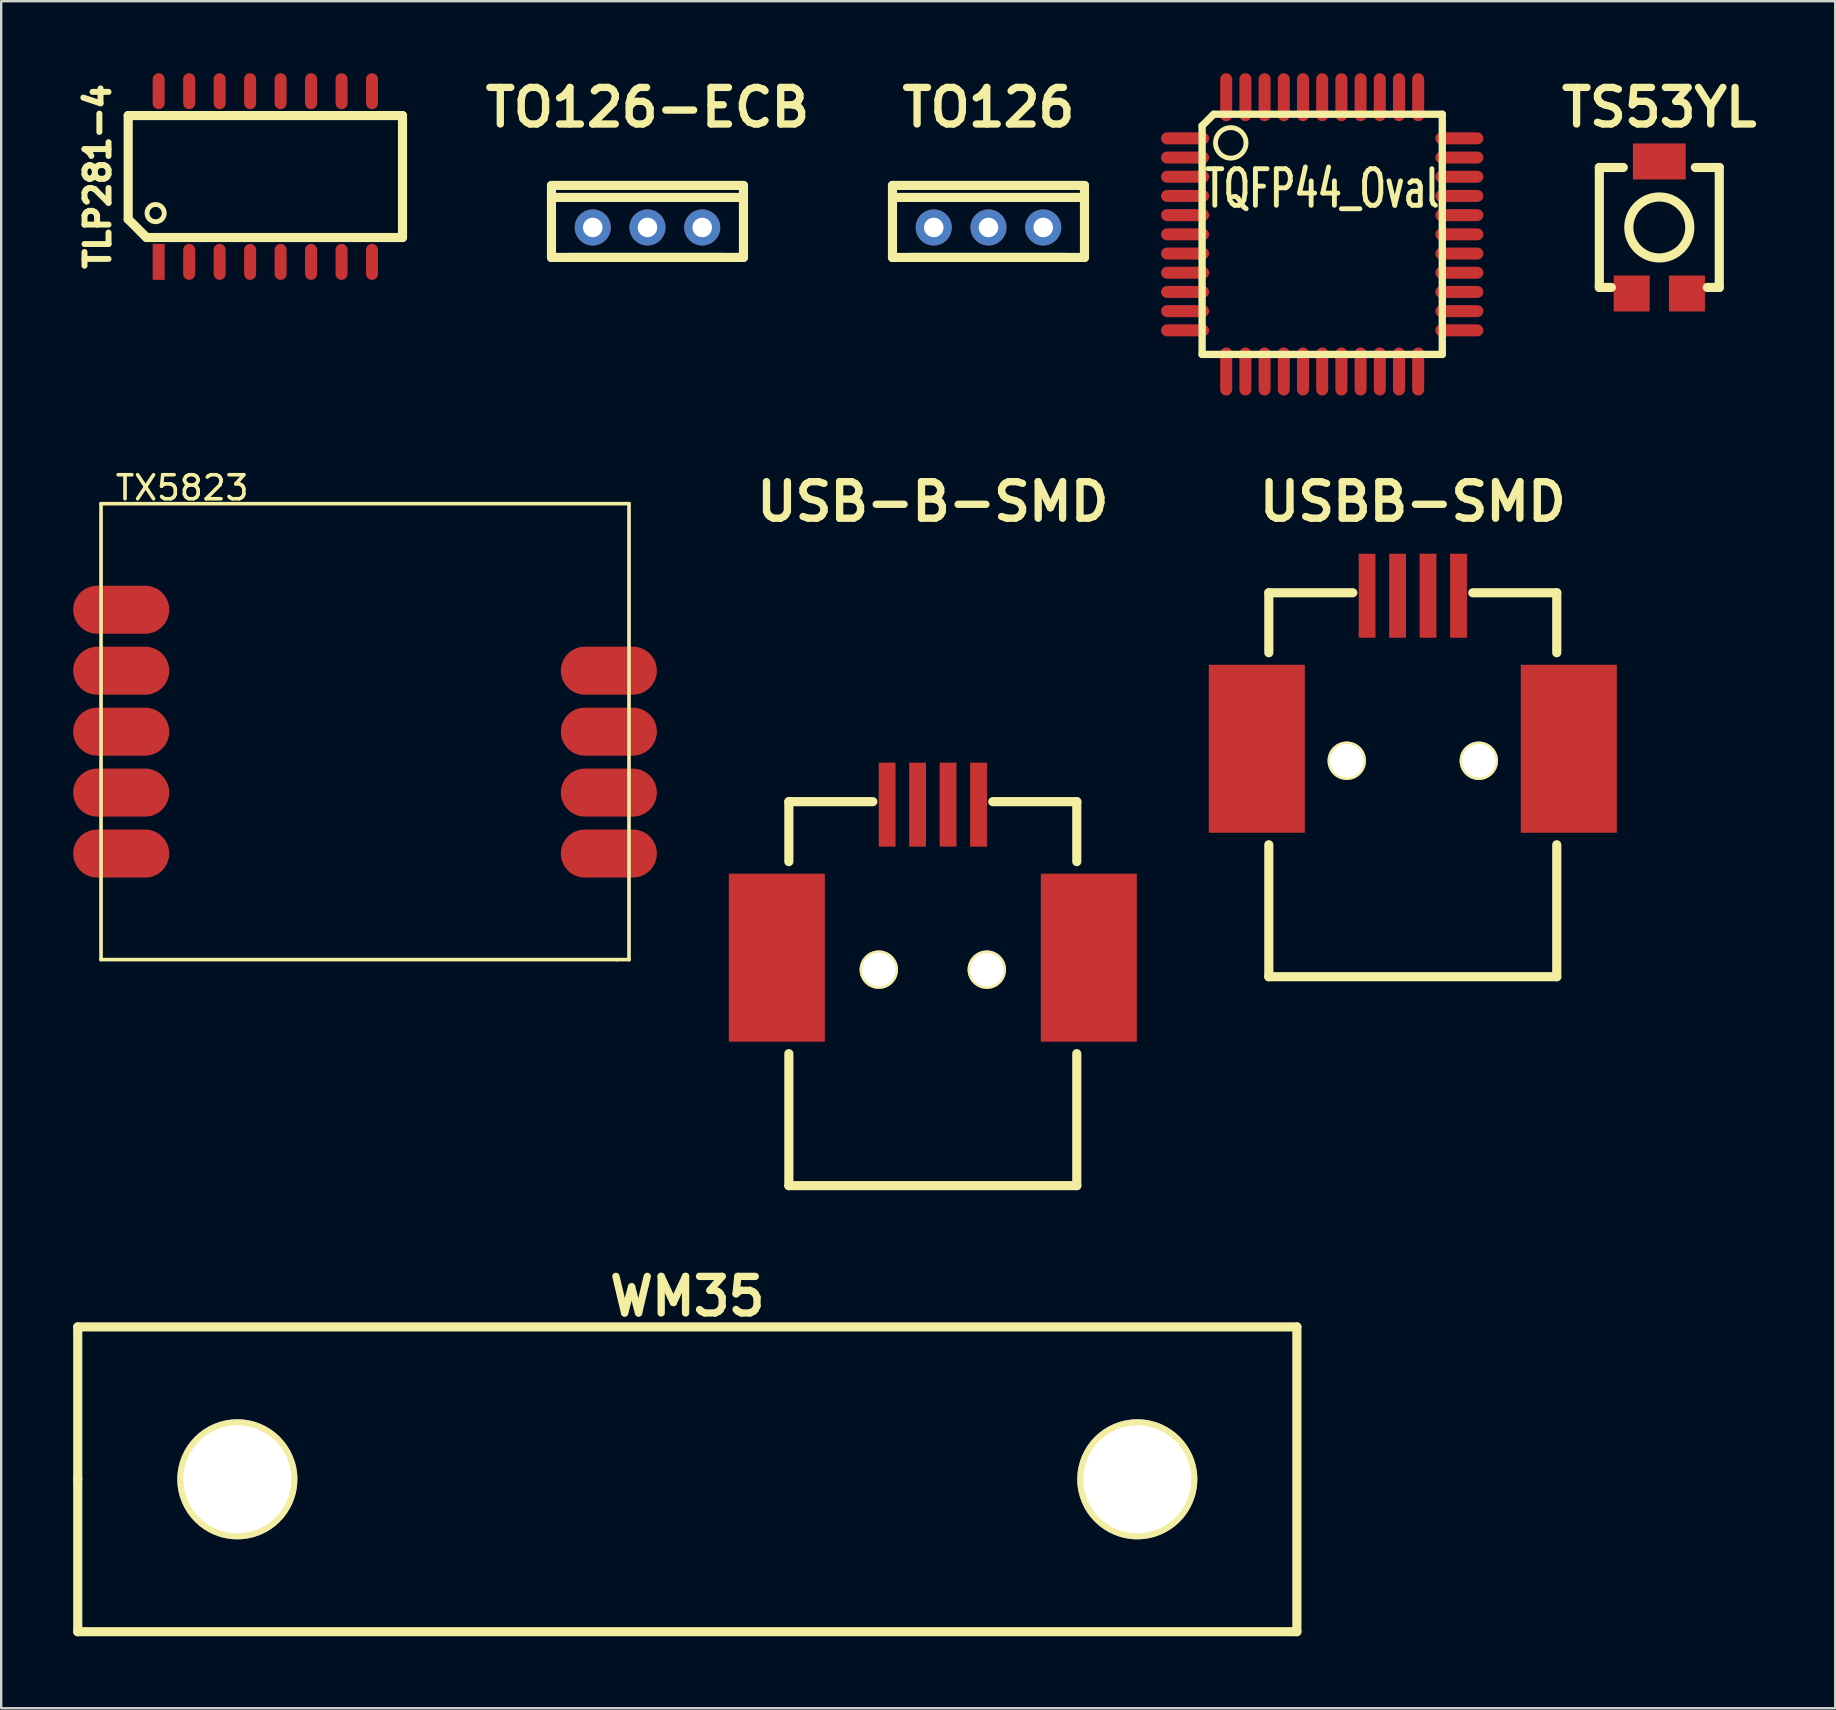
<source format=kicad_pcb>
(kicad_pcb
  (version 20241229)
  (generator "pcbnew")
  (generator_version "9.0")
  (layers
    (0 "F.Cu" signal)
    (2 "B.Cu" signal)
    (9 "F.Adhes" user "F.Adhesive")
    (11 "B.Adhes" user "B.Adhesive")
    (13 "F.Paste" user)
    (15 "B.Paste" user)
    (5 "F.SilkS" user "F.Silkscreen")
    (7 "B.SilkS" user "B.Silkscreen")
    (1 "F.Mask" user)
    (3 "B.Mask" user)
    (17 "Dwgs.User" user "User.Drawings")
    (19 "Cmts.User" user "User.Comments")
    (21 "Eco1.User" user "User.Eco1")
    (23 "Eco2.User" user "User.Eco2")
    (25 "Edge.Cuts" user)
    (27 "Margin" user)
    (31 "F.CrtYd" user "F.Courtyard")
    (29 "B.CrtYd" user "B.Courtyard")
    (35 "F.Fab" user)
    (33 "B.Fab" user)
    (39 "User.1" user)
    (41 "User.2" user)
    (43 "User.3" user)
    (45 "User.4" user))
  (footprint "TO126"
    (layer "F.Cu")
    (at 38.139 6.428)
    (property "Reference" "TO126" (at 0 -5.001 0) (layer "F.SilkS") (effects (font (size 1.524 1.524) (thickness 0.305))))
    (attr through_hole)
    (fp_line (start -4 -1.75) (end -2.751 -1.75) (stroke (width 0.381) (type solid)) (layer "F.SilkS"))
    (fp_line (start -4 1.25) (end -4 -1.75) (stroke (width 0.381) (type solid)) (layer "F.SilkS"))
    (fp_line (start -3.251 1.25) (end 3.251 1.25) (stroke (width 0.381) (type solid)) (layer "F.SilkS"))
    (fp_line (start 4 -1.75) (end -2.751 -1.75) (stroke (width 0.381) (type solid)) (layer "F.SilkS"))
    (fp_line (start 4 -1.75) (end 4 1.25) (stroke (width 0.381) (type solid)) (layer "F.SilkS"))
    (fp_line (start 4 -1.25) (end -4 -1.25) (stroke (width 0.381) (type solid)) (layer "F.SilkS"))
    (fp_line (start 4 1.25) (end -4 1.25) (stroke (width 0.381) (type solid)) (layer "F.SilkS"))
    (pad "1" thru_hole circle (at -2.281 0) (size 1.501 1.501) (drill 0.813) (layers "B.Cu"))
    (pad "2" thru_hole circle (at 0 0) (size 1.501 1.501) (drill 0.813) (layers "B.Cu"))
    (pad "3" thru_hole circle (at 2.281 0) (size 1.501 1.501) (drill 0.813) (layers "B.Cu")))
  (footprint "TX5823"
    (layer "F.Cu")
    (at 12.16 27.437)
    (property "Reference" "TX5823" (at -7.62 -10.16 0) (layer "F.SilkS") (effects (font (size 1 1) (thickness 0.15))))
    (attr through_hole)
    (fp_line (start -11 -9.5) (end -11 9.5) (stroke (width 0.15) (type solid)) (layer "F.SilkS"))
    (fp_line (start -11 9.5) (end 10.5 9.5) (stroke (width 0.15) (type solid)) (layer "F.SilkS"))
    (fp_line (start 10.5 9.5) (end 11 9.5) (stroke (width 0.15) (type solid)) (layer "F.SilkS"))
    (fp_line (start 11 -9.5) (end -11 -9.5) (stroke (width 0.15) (type solid)) (layer "F.SilkS"))
    (fp_line (start 11 9.5) (end 11 -9.5) (stroke (width 0.15) (type solid)) (layer "F.SilkS"))
    (pad "1" smd oval (at -10.16 -5.08) (size 4 2) (layers "F.Cu" "F.Mask" "F.Paste"))
    (pad "2" smd oval (at -10.16 -2.54) (size 4 2) (layers "F.Cu" "F.Mask" "F.Paste"))
    (pad "3" smd oval (at -10.16 0) (size 4 2) (layers "F.Cu" "F.Mask" "F.Paste"))
    (pad "4" smd oval (at -10.16 2.54) (size 4 2) (layers "F.Cu" "F.Mask" "F.Paste"))
    (pad "5" smd oval (at -10.16 5.08) (size 4 2) (layers "F.Cu" "F.Mask" "F.Paste"))
    (pad "6" smd oval (at 10.16 5.08) (size 4 2) (layers "F.Cu" "F.Mask" "F.Paste"))
    (pad "7" smd oval (at 10.16 2.54) (size 4 2) (layers "F.Cu" "F.Mask" "F.Paste"))
    (pad "8" smd oval (at 10.16 0) (size 4 2) (layers "F.Cu" "F.Mask" "F.Paste"))
    (pad "9" smd oval (at 10.16 -2.54) (size 4 2) (layers "F.Cu" "F.Mask" "F.Paste")))
  (footprint "TQFP44_Oval"
    (layer "F.Cu")
    (at 52.045 6.714)
    (property "Reference" "TQFP44_Oval" (at 0 -1.905 0) (layer "F.SilkS") (effects (font (size 1.524 1.016) (thickness 0.203))))
    (attr smd)
    (fp_line (start -5.004 -4.521) (end -5.004 5.004) (stroke (width 0.305) (type solid)) (layer "F.SilkS"))
    (fp_line (start -5.004 -4.521) (end -4.521 -5.004) (stroke (width 0.305) (type solid)) (layer "F.SilkS"))
    (fp_line (start -4.521 -5.004) (end 5.004 -5.004) (stroke (width 0.305) (type solid)) (layer "F.SilkS"))
    (fp_line (start 5.004 -5.004) (end 5.004 5.004) (stroke (width 0.305) (type solid)) (layer "F.SilkS"))
    (fp_line (start 5.004 5.004) (end -5.004 5.004) (stroke (width 0.305) (type solid)) (layer "F.SilkS"))
    (fp_circle (center -3.81 -3.81) (end -3.81 -3.175) (stroke (width 0.203) (type solid)) (fill no) (layer "F.SilkS"))
    (pad "1" smd oval (at -5.715 -4 90) (size 0.5 1.999) (layers "F.Cu" "F.Mask" "F.Paste"))
    (pad "2" smd oval (at -5.715 -3.2 90) (size 0.5 1.999) (layers "F.Cu" "F.Mask" "F.Paste"))
    (pad "3" smd oval (at -5.715 -2.4 90) (size 0.5 1.999) (layers "F.Cu" "F.Mask" "F.Paste"))
    (pad "4" smd oval (at -5.715 -1.6 90) (size 0.5 1.999) (layers "F.Cu" "F.Mask" "F.Paste"))
    (pad "5" smd oval (at -5.715 -0.8 90) (size 0.5 1.999) (layers "F.Cu" "F.Mask" "F.Paste"))
    (pad "6" smd oval (at -5.715 0 90) (size 0.5 1.999) (layers "F.Cu" "F.Mask" "F.Paste"))
    (pad "7" smd oval (at -5.715 0.8 90) (size 0.5 1.999) (layers "F.Cu" "F.Mask" "F.Paste"))
    (pad "8" smd oval (at -5.715 1.6 90) (size 0.5 1.999) (layers "F.Cu" "F.Mask" "F.Paste"))
    (pad "9" smd oval (at -5.715 2.4 90) (size 0.5 1.999) (layers "F.Cu" "F.Mask" "F.Paste"))
    (pad "10" smd oval (at -5.715 3.2 90) (size 0.5 1.999) (layers "F.Cu" "F.Mask" "F.Paste"))
    (pad "11" smd oval (at -5.715 4 90) (size 0.5 1.999) (layers "F.Cu" "F.Mask" "F.Paste"))
    (pad "12" smd oval (at -4 5.715) (size 0.5 1.999) (layers "F.Cu" "F.Mask" "F.Paste"))
    (pad "13" smd oval (at -3.2 5.715) (size 0.5 1.999) (layers "F.Cu" "F.Mask" "F.Paste"))
    (pad "14" smd oval (at -2.4 5.715) (size 0.5 1.999) (layers "F.Cu" "F.Mask" "F.Paste"))
    (pad "15" smd oval (at -1.6 5.715) (size 0.5 1.999) (layers "F.Cu" "F.Mask" "F.Paste"))
    (pad "16" smd oval (at -0.8 5.715) (size 0.5 1.999) (layers "F.Cu" "F.Mask" "F.Paste"))
    (pad "17" smd oval (at 0 5.715) (size 0.5 1.999) (layers "F.Cu" "F.Mask" "F.Paste"))
    (pad "18" smd oval (at 0.8 5.715) (size 0.5 1.999) (layers "F.Cu" "F.Mask" "F.Paste"))
    (pad "19" smd oval (at 1.6 5.715) (size 0.5 1.999) (layers "F.Cu" "F.Mask" "F.Paste"))
    (pad "20" smd oval (at 2.4 5.715) (size 0.5 1.999) (layers "F.Cu" "F.Mask" "F.Paste"))
    (pad "21" smd oval (at 3.2 5.715) (size 0.5 1.999) (layers "F.Cu" "F.Mask" "F.Paste"))
    (pad "22" smd oval (at 4 5.715) (size 0.5 1.999) (layers "F.Cu" "F.Mask" "F.Paste"))
    (pad "23" smd oval (at 5.715 4 90) (size 0.5 1.999) (layers "F.Cu" "F.Mask" "F.Paste"))
    (pad "24" smd oval (at 5.715 3.2 90) (size 0.5 1.999) (layers "F.Cu" "F.Mask" "F.Paste"))
    (pad "25" smd oval (at 5.715 2.4 90) (size 0.5 1.999) (layers "F.Cu" "F.Mask" "F.Paste"))
    (pad "26" smd oval (at 5.715 1.6 90) (size 0.5 1.999) (layers "F.Cu" "F.Mask" "F.Paste"))
    (pad "27" smd oval (at 5.715 0.8 90) (size 0.5 1.999) (layers "F.Cu" "F.Mask" "F.Paste"))
    (pad "28" smd oval (at 5.715 0 90) (size 0.5 1.999) (layers "F.Cu" "F.Mask" "F.Paste"))
    (pad "29" smd oval (at 5.715 -0.8 90) (size 0.5 1.999) (layers "F.Cu" "F.Mask" "F.Paste"))
    (pad "30" smd oval (at 5.715 -1.6 90) (size 0.5 1.999) (layers "F.Cu" "F.Mask" "F.Paste"))
    (pad "31" smd oval (at 5.715 -2.4 90) (size 0.5 1.999) (layers "F.Cu" "F.Mask" "F.Paste"))
    (pad "32" smd oval (at 5.715 -3.2 90) (size 0.5 1.999) (layers "F.Cu" "F.Mask" "F.Paste"))
    (pad "33" smd oval (at 5.715 -4 90) (size 0.5 1.999) (layers "F.Cu" "F.Mask" "F.Paste"))
    (pad "34" smd oval (at 4 -5.715) (size 0.5 1.999) (layers "F.Cu" "F.Mask" "F.Paste"))
    (pad "35" smd oval (at 3.2 -5.715) (size 0.5 1.999) (layers "F.Cu" "F.Mask" "F.Paste"))
    (pad "36" smd oval (at 2.4 -5.715) (size 0.5 1.999) (layers "F.Cu" "F.Mask" "F.Paste"))
    (pad "37" smd oval (at 1.6 -5.715) (size 0.5 1.999) (layers "F.Cu" "F.Mask" "F.Paste"))
    (pad "38" smd oval (at 0.8 -5.715) (size 0.5 1.999) (layers "F.Cu" "F.Mask" "F.Paste"))
    (pad "39" smd oval (at 0 -5.715) (size 0.5 1.999) (layers "F.Cu" "F.Mask" "F.Paste"))
    (pad "40" smd oval (at -0.8 -5.715) (size 0.5 1.999) (layers "F.Cu" "F.Mask" "F.Paste"))
    (pad "41" smd oval (at -1.6 -5.715) (size 0.5 1.999) (layers "F.Cu" "F.Mask" "F.Paste"))
    (pad "42" smd oval (at -2.4 -5.715) (size 0.5 1.999) (layers "F.Cu" "F.Mask" "F.Paste"))
    (pad "43" smd oval (at -3.2 -5.715) (size 0.5 1.999) (layers "F.Cu" "F.Mask" "F.Paste"))
    (pad "44" smd oval (at -4 -5.715) (size 0.5 1.999) (layers "F.Cu" "F.Mask" "F.Paste")))
  (footprint "WM35"
    (layer "F.Cu")
    (at 25.59 58.591)
    (property "Reference" "WM35" (at 0 -7.62 0) (layer "F.SilkS") (effects (font (size 1.524 1.524) (thickness 0.305))))
    (attr through_hole)
    (fp_line (start -25.4 -6.35) (end 25.4 -6.35) (stroke (width 0.381) (type solid)) (layer "F.SilkS"))
    (fp_line (start -25.4 0) (end -25.4 -6.35) (stroke (width 0.381) (type solid)) (layer "F.SilkS"))
    (fp_line (start -25.4 6.35) (end -25.4 0) (stroke (width 0.381) (type solid)) (layer "F.SilkS"))
    (fp_line (start 25.4 -6.35) (end 25.4 6.35) (stroke (width 0.381) (type solid)) (layer "F.SilkS"))
    (fp_line (start 25.4 6.35) (end -25.4 6.35) (stroke (width 0.381) (type solid)) (layer "F.SilkS"))
    (pad "PE" thru_hole circle (at -18.75 0) (size 5.001 5.001) (drill 4.501) (layers "*.Cu" "*.Mask" "F.SilkS"))
    (pad "PE" thru_hole circle (at 18.75 0) (size 5.001 5.001) (drill 4.501) (layers "*.Cu" "*.Mask" "F.SilkS")))
  (footprint "USB-B-SMD"
    (layer "F.Cu")
    (at 35.82 37.355)
    (property "Reference" "USB-B-SMD" (at 0 -19.5 0) (layer "F.SilkS") (effects (font (size 1.524 1.524) (thickness 0.305))))
    (attr through_hole)
    (fp_line (start -5.999 -7) (end -2.499 -7) (stroke (width 0.381) (type solid)) (layer "F.SilkS"))
    (fp_line (start -5.999 -4.501) (end -5.999 -7) (stroke (width 0.381) (type solid)) (layer "F.SilkS"))
    (fp_line (start -5.999 8.999) (end -5.999 3.5) (stroke (width 0.381) (type solid)) (layer "F.SilkS"))
    (fp_line (start 2.499 -7) (end 5.999 -7) (stroke (width 0.381) (type solid)) (layer "F.SilkS"))
    (fp_line (start 5.999 -7) (end 5.999 -4.501) (stroke (width 0.381) (type solid)) (layer "F.SilkS"))
    (fp_line (start 5.999 8.999) (end -5.999 8.999) (stroke (width 0.381) (type solid)) (layer "F.SilkS"))
    (fp_line (start 5.999 8.999) (end 5.999 3.5) (stroke (width 0.381) (type solid)) (layer "F.SilkS"))
    (pad "" thru_hole circle (at -2.25 0) (size 1.6 1.6) (drill 1.4) (layers "*.Cu" "*.Mask" "F.SilkS"))
    (pad "" thru_hole circle (at 2.25 0) (size 1.6 1.6) (drill 1.4) (layers "*.Cu" "*.Mask" "F.SilkS"))
    (pad "1" smd rect (at 1.905 -6.876) (size 0.701 3.5) (layers "F.Cu" "F.Mask" "F.Paste"))
    (pad "2" smd rect (at -0.635 -6.876) (size 0.701 3.5) (layers "F.Cu" "F.Mask" "F.Paste"))
    (pad "3" smd rect (at -1.905 -6.876) (size 0.701 3.5) (layers "F.Cu" "F.Mask" "F.Paste"))
    (pad "4" smd rect (at 0.635 -6.876) (size 0.701 3.5) (layers "F.Cu" "F.Mask" "F.Paste"))
    (pad "5" smd rect (at 6.5 -0.5) (size 4 7) (layers "F.Cu" "F.Mask" "F.Paste"))
    (pad "6" smd rect (at -6.5 -0.5) (size 4 7) (layers "F.Cu" "F.Mask" "F.Paste")))
  (footprint "TLP281-4"
    (layer "F.Cu")
    (at 8.007 4.306)
    (property "Reference" "TLP281-4" (at -6.985 0 90) (layer "F.SilkS") (effects (font (size 1.001 1.001) (thickness 0.249))))
    (attr through_hole)
    (fp_line (start -5.715 -2.54) (end 5.715 -2.54) (stroke (width 0.381) (type solid)) (layer "F.SilkS"))
    (fp_line (start -5.715 1.778) (end -5.715 -2.54) (stroke (width 0.381) (type solid)) (layer "F.SilkS"))
    (fp_line (start -4.953 2.54) (end -5.715 1.778) (stroke (width 0.381) (type solid)) (layer "F.SilkS"))
    (fp_line (start 5.715 -2.54) (end 5.715 2.54) (stroke (width 0.381) (type solid)) (layer "F.SilkS"))
    (fp_line (start 5.715 2.54) (end -4.953 2.54) (stroke (width 0.381) (type solid)) (layer "F.SilkS"))
    (fp_circle (center -4.572 1.524) (end -4.318 1.27) (stroke (width 0.203) (type solid)) (fill no) (layer "F.SilkS"))
    (pad "1" smd rect (at -4.445 3.556) (size 0.5 1.5) (layers "F.Cu" "F.Mask" "F.Paste"))
    (pad "2" smd oval (at -3.175 3.556) (size 0.5 1.5) (layers "F.Cu" "F.Mask" "F.Paste"))
    (pad "3" smd oval (at -1.905 3.556) (size 0.5 1.5) (layers "F.Cu" "F.Mask" "F.Paste"))
    (pad "4" smd oval (at -0.635 3.556) (size 0.5 1.5) (layers "F.Cu" "F.Mask" "F.Paste"))
    (pad "5" smd oval (at 0.635 3.556) (size 0.5 1.5) (layers "F.Cu" "F.Mask" "F.Paste"))
    (pad "6" smd oval (at 1.905 3.556) (size 0.5 1.5) (layers "F.Cu" "F.Mask" "F.Paste"))
    (pad "7" smd oval (at 3.175 3.556) (size 0.5 1.5) (layers "F.Cu" "F.Mask" "F.Paste"))
    (pad "8" smd oval (at 4.445 3.556) (size 0.5 1.5) (layers "F.Cu" "F.Mask" "F.Paste"))
    (pad "9" smd oval (at 4.445 -3.556) (size 0.5 1.5) (layers "F.Cu" "F.Mask" "F.Paste"))
    (pad "10" smd oval (at 3.175 -3.556) (size 0.5 1.5) (layers "F.Cu" "F.Mask" "F.Paste"))
    (pad "11" smd oval (at 1.905 -3.556) (size 0.5 1.5) (layers "F.Cu" "F.Mask" "F.Paste"))
    (pad "12" smd oval (at 0.635 -3.556) (size 0.5 1.5) (layers "F.Cu" "F.Mask" "F.Paste"))
    (pad "13" smd oval (at -0.635 -3.556) (size 0.5 1.5) (layers "F.Cu" "F.Mask" "F.Paste"))
    (pad "14" smd oval (at -1.905 -3.556) (size 0.5 1.5) (layers "F.Cu" "F.Mask" "F.Paste"))
    (pad "15" smd oval (at -3.175 -3.556) (size 0.5 1.5) (layers "F.Cu" "F.Mask" "F.Paste"))
    (pad "16" smd oval (at -4.445 -3.556) (size 0.5 1.5) (layers "F.Cu" "F.Mask" "F.Paste")))
  (footprint "TO126-ECB"
    (layer "F.Cu")
    (at 23.93 6.428)
    (property "Reference" "TO126-ECB" (at 0 -5.001 0) (layer "F.SilkS") (effects (font (size 1.524 1.524) (thickness 0.305))))
    (attr through_hole)
    (fp_line (start -4 -1.75) (end -2.751 -1.75) (stroke (width 0.381) (type solid)) (layer "F.SilkS"))
    (fp_line (start -4 1.25) (end -4 -1.75) (stroke (width 0.381) (type solid)) (layer "F.SilkS"))
    (fp_line (start -3.251 1.25) (end 3.251 1.25) (stroke (width 0.381) (type solid)) (layer "F.SilkS"))
    (fp_line (start 4 -1.75) (end -2.751 -1.75) (stroke (width 0.381) (type solid)) (layer "F.SilkS"))
    (fp_line (start 4 -1.75) (end 4 1.25) (stroke (width 0.381) (type solid)) (layer "F.SilkS"))
    (fp_line (start 4 -1.25) (end -4 -1.25) (stroke (width 0.381) (type solid)) (layer "F.SilkS"))
    (fp_line (start 4 1.25) (end -4 1.25) (stroke (width 0.381) (type solid)) (layer "F.SilkS"))
    (pad "1" thru_hole circle (at -2.281 0) (size 1.501 1.501) (drill 0.813) (layers "B.Cu"))
    (pad "2" thru_hole circle (at 0 0) (size 1.501 1.501) (drill 0.813) (layers "B.Cu"))
    (pad "3" thru_hole circle (at 2.281 0) (size 1.501 1.501) (drill 0.813) (layers "B.Cu")))
  (footprint "TS53YL"
    (layer "F.Cu")
    (at 66.092 6.428)
    (property "Reference" "TS53YL" (at 0 -5.001 0) (layer "F.SilkS") (effects (font (size 1.524 1.524) (thickness 0.305))))
    (attr through_hole)
    (fp_line (start -2.499 -2.499) (end -2.499 2.499) (stroke (width 0.381) (type solid)) (layer "F.SilkS"))
    (fp_line (start -2.499 2.499) (end -1.999 2.499) (stroke (width 0.381) (type solid)) (layer "F.SilkS"))
    (fp_line (start -1.501 -2.499) (end -2.499 -2.499) (stroke (width 0.381) (type solid)) (layer "F.SilkS"))
    (fp_line (start 1.999 2.499) (end 2.499 2.499) (stroke (width 0.381) (type solid)) (layer "F.SilkS"))
    (fp_line (start 2.499 -2.499) (end 1.501 -2.499) (stroke (width 0.381) (type solid)) (layer "F.SilkS"))
    (fp_line (start 2.499 2.499) (end 2.499 -2.499) (stroke (width 0.381) (type solid)) (layer "F.SilkS"))
    (fp_circle (center 0 0) (end 1.27 0) (stroke (width 0.381) (type solid)) (fill no) (layer "F.SilkS"))
    (pad "1" smd rect (at -1.151 2.751) (size 1.501 1.501) (layers "F.Cu" "F.Mask" "F.Paste"))
    (pad "2" smd rect (at 0 -2.751) (size 2.2 1.501) (layers "F.Cu" "F.Mask" "F.Paste"))
    (pad "3" smd rect (at 1.151 2.751) (size 1.501 1.501) (layers "F.Cu" "F.Mask" "F.Paste")))
  (footprint "USBB-SMD"
    (layer "F.Cu")
    (at 55.82 28.65)
    (property "Reference" "USBB-SMD" (at 0 -10.795 0) (layer "F.SilkS") (effects (font (size 1.524 1.524) (thickness 0.305))))
    (attr through_hole)
    (fp_line (start -5.999 -7) (end -2.499 -7) (stroke (width 0.381) (type solid)) (layer "F.SilkS"))
    (fp_line (start -5.999 -4.501) (end -5.999 -7) (stroke (width 0.381) (type solid)) (layer "F.SilkS"))
    (fp_line (start -5.999 8.999) (end -5.999 3.5) (stroke (width 0.381) (type solid)) (layer "F.SilkS"))
    (fp_line (start 2.499 -7) (end 5.999 -7) (stroke (width 0.381) (type solid)) (layer "F.SilkS"))
    (fp_line (start 5.999 -7) (end 5.999 -4.501) (stroke (width 0.381) (type solid)) (layer "F.SilkS"))
    (fp_line (start 5.999 8.999) (end -5.999 8.999) (stroke (width 0.381) (type solid)) (layer "F.SilkS"))
    (fp_line (start 5.999 8.999) (end 5.999 3.5) (stroke (width 0.381) (type solid)) (layer "F.SilkS"))
    (pad "" thru_hole circle (at -2.751 0) (size 1.6 1.6) (drill 1.4) (layers "*.Cu" "*.Mask" "F.SilkS"))
    (pad "" thru_hole circle (at 2.751 0) (size 1.6 1.6) (drill 1.4) (layers "*.Cu" "*.Mask" "F.SilkS"))
    (pad "1" smd rect (at 1.905 -6.876) (size 0.701 3.5) (layers "F.Cu" "F.Mask" "F.Paste"))
    (pad "2" smd rect (at -0.635 -6.876) (size 0.701 3.5) (layers "F.Cu" "F.Mask" "F.Paste"))
    (pad "3" smd rect (at -1.905 -6.876) (size 0.701 3.5) (layers "F.Cu" "F.Mask" "F.Paste"))
    (pad "4" smd rect (at 0.635 -6.876) (size 0.701 3.5) (layers "F.Cu" "F.Mask" "F.Paste"))
    (pad "5" smd rect (at 6.5 -0.5) (size 4 7) (layers "F.Cu" "F.Mask" "F.Paste"))
    (pad "6" smd rect (at -6.5 -0.5) (size 4 7) (layers "F.Cu" "F.Mask" "F.Paste")))
  (gr_rect
    (start -3 -3)
    (end 73.424 68.132)
    (stroke (width 0.1) (type default))
    (fill no)
    (layer "Edge.Cuts")))
</source>
